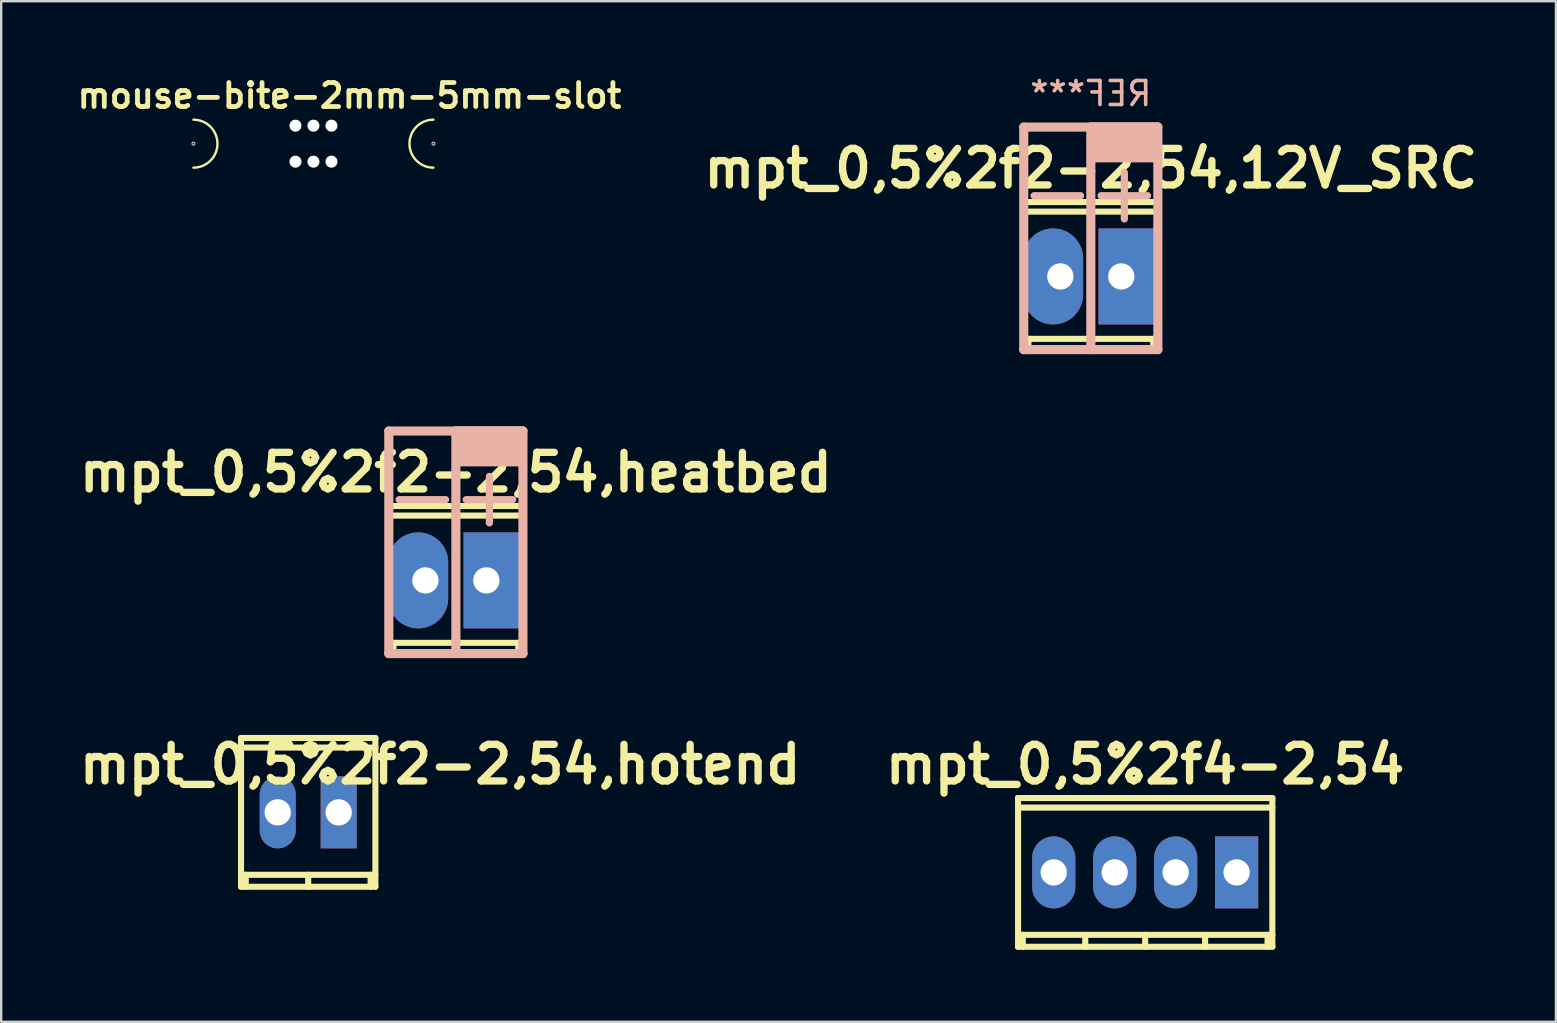
<source format=kicad_pcb>
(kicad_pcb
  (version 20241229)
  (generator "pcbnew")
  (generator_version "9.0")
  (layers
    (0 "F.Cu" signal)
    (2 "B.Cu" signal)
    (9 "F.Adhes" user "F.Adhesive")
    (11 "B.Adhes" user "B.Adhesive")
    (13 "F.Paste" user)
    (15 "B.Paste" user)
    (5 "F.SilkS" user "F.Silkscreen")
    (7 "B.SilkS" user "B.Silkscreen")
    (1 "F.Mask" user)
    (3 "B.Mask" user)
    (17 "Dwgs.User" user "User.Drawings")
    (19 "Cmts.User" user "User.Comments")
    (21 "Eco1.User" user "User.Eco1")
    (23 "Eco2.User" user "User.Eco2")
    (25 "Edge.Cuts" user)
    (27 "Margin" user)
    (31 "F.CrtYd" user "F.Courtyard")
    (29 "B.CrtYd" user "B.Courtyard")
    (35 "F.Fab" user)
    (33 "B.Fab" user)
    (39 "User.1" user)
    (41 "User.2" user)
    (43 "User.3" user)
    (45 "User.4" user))
  (footprint "mouse-bite-2mm-5mm-slot"
    (layer "F.Cu")
    (at 10.01 2.936)
    (property "Reference" "mouse-bite-2mm-5mm-slot" (at 1.5 -2 0) (layer "F.SilkS") (effects (font (size 1 1) (thickness 0.2))))
    (attr through_hole)
    (fp_arc (start -5 -1) (mid -4 0) (end -5 1) (stroke (width 0.1) (type solid)) (layer "F.SilkS"))
    (fp_arc (start 5 1) (mid 4 0) (end 5 -1) (stroke (width 0.1) (type solid)) (layer "F.SilkS"))
    (fp_circle (center -5 0) (end -5 -0.06) (stroke (width 0.05) (type solid)) (fill no) (layer "Dwgs.User"))
    (fp_circle (center 5 0) (end 5.06 0) (stroke (width 0.05) (type solid)) (fill no) (layer "Dwgs.User"))
    (fp_line (start -5 0) (end -5 0) (stroke (width 2) (type solid)) (layer "Eco1.User"))
    (fp_line (start 5 0) (end 5 0) (stroke (width 2) (type solid)) (layer "Eco1.User"))
    (pad "" np_thru_hole circle (at -0.75 -0.75) (size 0.5 0.5) (drill 0.5) (layers "*.Cu" "*.Mask"))
    (pad "" np_thru_hole circle (at -0.75 0.75) (size 0.5 0.5) (drill 0.5) (layers "*.Cu" "*.Mask"))
    (pad "" np_thru_hole circle (at 0 -0.75) (size 0.5 0.5) (drill 0.5) (layers "*.Cu" "*.Mask"))
    (pad "" np_thru_hole circle (at 0 0.75) (size 0.5 0.5) (drill 0.5) (layers "*.Cu" "*.Mask"))
    (pad "" np_thru_hole circle (at 0.75 -0.75) (size 0.5 0.5) (drill 0.5) (layers "*.Cu" "*.Mask"))
    (pad "" np_thru_hole circle (at 0.75 0.75) (size 0.5 0.5) (drill 0.5) (layers "*.Cu" "*.Mask")))
  (footprint "mpt_0,5%2f2-2,54,12V_SRC"
    (layer "F.Cu")
    (at 42.398 8.468)
    (property "Reference" "mpt_0,5%2f2-2,54,12V_SRC" (at 0 -4.501 0) (layer "F.SilkS") (effects (font (size 1.524 1.524) (thickness 0.305))))
    (attr through_hole)
    (fp_line (start -2.799 -3.099) (end -2.799 3.099) (stroke (width 0.254) (type solid)) (layer "F.SilkS"))
    (fp_line (start -2.799 -2.7) (end 2.799 -2.7) (stroke (width 0.254) (type solid)) (layer "F.SilkS"))
    (fp_line (start -2.799 3.099) (end 2.799 3.099) (stroke (width 0.254) (type solid)) (layer "F.SilkS"))
    (fp_line (start -2.601 3.099) (end -2.601 2.601) (stroke (width 0.254) (type solid)) (layer "F.SilkS"))
    (fp_line (start 0 3.099) (end 0 2.601) (stroke (width 0.254) (type solid)) (layer "F.SilkS"))
    (fp_line (start 2.601 2.601) (end 2.601 3.099) (stroke (width 0.254) (type solid)) (layer "F.SilkS"))
    (fp_line (start 2.799 -3.099) (end -2.799 -3.099) (stroke (width 0.254) (type solid)) (layer "F.SilkS"))
    (fp_line (start 2.799 2.601) (end -2.799 2.601) (stroke (width 0.254) (type solid)) (layer "F.SilkS"))
    (fp_line (start 2.799 3.099) (end 2.799 -3.099) (stroke (width 0.254) (type solid)) (layer "F.SilkS"))
    (fp_line (start -2.794 -6.223) (end -2.794 3.048) (stroke (width 0.381) (type solid)) (layer "B.SilkS"))
    (fp_line (start -2.794 3.048) (end 2.794 3.048) (stroke (width 0.381) (type solid)) (layer "B.SilkS"))
    (fp_line (start 0 -6.223) (end 0 3.048) (stroke (width 0.381) (type solid)) (layer "B.SilkS"))
    (fp_line (start 2.794 -6.223) (end -2.794 -6.223) (stroke (width 0.381) (type solid)) (layer "B.SilkS"))
    (fp_line (start 2.794 3.048) (end 2.794 -6.223) (stroke (width 0.381) (type solid)) (layer "B.SilkS"))
    (fp_poly (pts (xy 0 -6.35) (xy 0 -4.826) (xy 2.794 -4.826) (xy 2.794 -6.35)) (stroke (width 0.15) (type solid)) (fill yes) (layer "B.SilkS"))
    (fp_text user "+" (at 1.397 -3.556 0) (layer "B.SilkS") (effects (font (size 2.54 2.54) (thickness 0.3)) (justify mirror)))
    (fp_text user "REF***" (at 0 -7.62 0) (layer "B.SilkS") (effects (font (size 1 1) (thickness 0.15)) (justify mirror)))
    (fp_text user "-" (at -1.397 -3.556 0) (layer "B.SilkS") (effects (font (size 2.54 2.54) (thickness 0.3)) (justify mirror)))
    (pad "1" thru_hole rect (at 1.27 0) (size 2.5 3.999) (drill 1.097 (offset 0.3 0)) (layers "*.Cu" "*.Mask"))
    (pad "2" thru_hole oval (at -1.27 0) (size 2.5 3.999) (drill 1.097 (offset -0.3 0)) (layers "*.Cu" "*.Mask")))
  (footprint "mpt_0,5%2f2-2,54,heatbed"
    (layer "F.Cu")
    (at 15.944 21.132)
    (property "Reference" "mpt_0,5%2f2-2,54,heatbed" (at 0 -4.501 0) (layer "F.SilkS") (effects (font (size 1.524 1.524) (thickness 0.305))))
    (attr through_hole)
    (fp_line (start -2.799 -3.099) (end -2.799 3.099) (stroke (width 0.254) (type solid)) (layer "F.SilkS"))
    (fp_line (start -2.799 -2.7) (end 2.799 -2.7) (stroke (width 0.254) (type solid)) (layer "F.SilkS"))
    (fp_line (start -2.799 3.099) (end 2.799 3.099) (stroke (width 0.254) (type solid)) (layer "F.SilkS"))
    (fp_line (start -2.601 3.099) (end -2.601 2.601) (stroke (width 0.254) (type solid)) (layer "F.SilkS"))
    (fp_line (start 0 3.099) (end 0 2.601) (stroke (width 0.254) (type solid)) (layer "F.SilkS"))
    (fp_line (start 2.601 2.601) (end 2.601 3.099) (stroke (width 0.254) (type solid)) (layer "F.SilkS"))
    (fp_line (start 2.799 -3.099) (end -2.799 -3.099) (stroke (width 0.254) (type solid)) (layer "F.SilkS"))
    (fp_line (start 2.799 2.601) (end -2.799 2.601) (stroke (width 0.254) (type solid)) (layer "F.SilkS"))
    (fp_line (start 2.799 3.099) (end 2.799 -3.099) (stroke (width 0.254) (type solid)) (layer "F.SilkS"))
    (fp_line (start -2.794 -6.223) (end -2.794 3.048) (stroke (width 0.381) (type solid)) (layer "B.SilkS"))
    (fp_line (start -2.794 3.048) (end 2.794 3.048) (stroke (width 0.381) (type solid)) (layer "B.SilkS"))
    (fp_line (start 0 -6.223) (end 0 3.048) (stroke (width 0.381) (type solid)) (layer "B.SilkS"))
    (fp_line (start 2.794 -6.223) (end -2.794 -6.223) (stroke (width 0.381) (type solid)) (layer "B.SilkS"))
    (fp_line (start 2.794 3.048) (end 2.794 -6.223) (stroke (width 0.381) (type solid)) (layer "B.SilkS"))
    (fp_poly (pts (xy 0 -6.35) (xy 0 -4.826) (xy 2.794 -4.826) (xy 2.794 -6.35)) (stroke (width 0.15) (type solid)) (fill yes) (layer "B.SilkS"))
    (fp_text user "+" (at 1.397 -3.556 0) (layer "B.SilkS") (effects (font (size 2.54 2.54) (thickness 0.3)) (justify mirror)))
    (fp_text user "-" (at -1.397 -3.556 0) (layer "B.SilkS") (effects (font (size 2.54 2.54) (thickness 0.3)) (justify mirror)))
    (pad "1" thru_hole rect (at 1.27 0) (size 2.5 3.999) (drill 1.097 (offset 0.3 0)) (layers "*.Cu" "*.Mask"))
    (pad "2" thru_hole oval (at -1.27 0) (size 2.5 3.999) (drill 1.097 (offset -0.3 0)) (layers "*.Cu" "*.Mask")))
  (footprint "mpt_0,5%2f2-2,54,hotend"
    (layer "F.Cu")
    (at 9.791 30.797)
    (property "Reference" "mpt_0,5%2f2-2,54,hotend" (at 5.5 -2 0) (layer "F.SilkS") (effects (font (size 1.524 1.524) (thickness 0.305))))
    (attr through_hole)
    (fp_line (start -2.799 -3.099) (end -2.799 3.099) (stroke (width 0.254) (type solid)) (layer "F.SilkS"))
    (fp_line (start -2.799 -2.7) (end 2.799 -2.7) (stroke (width 0.254) (type solid)) (layer "F.SilkS"))
    (fp_line (start -2.799 3.099) (end 2.799 3.099) (stroke (width 0.254) (type solid)) (layer "F.SilkS"))
    (fp_line (start -2.601 3.099) (end -2.601 2.601) (stroke (width 0.254) (type solid)) (layer "F.SilkS"))
    (fp_line (start 0 3.099) (end 0 2.601) (stroke (width 0.254) (type solid)) (layer "F.SilkS"))
    (fp_line (start 2.601 2.601) (end 2.601 3.099) (stroke (width 0.254) (type solid)) (layer "F.SilkS"))
    (fp_line (start 2.799 -3.099) (end -2.799 -3.099) (stroke (width 0.254) (type solid)) (layer "F.SilkS"))
    (fp_line (start 2.799 2.601) (end -2.799 2.601) (stroke (width 0.254) (type solid)) (layer "F.SilkS"))
    (fp_line (start 2.799 3.099) (end 2.799 -3.099) (stroke (width 0.254) (type solid)) (layer "F.SilkS"))
    (pad "1" thru_hole rect (at 1.27 0) (size 1.5 3) (drill 1.097) (layers "*.Cu" "*.Mask"))
    (pad "2" thru_hole oval (at -1.27 0) (size 1.5 3) (drill 1.097) (layers "*.Cu" "*.Mask")))
  (footprint "mpt_0,5%2f4-2,54"
    (layer "F.Cu")
    (at 44.663 33.298)
    (property "Reference" "mpt_0,5%2f4-2,54" (at 0 -4.501 0) (layer "F.SilkS") (effects (font (size 1.524 1.524) (thickness 0.305))))
    (attr through_hole)
    (fp_line (start -5.301 -2.7) (end 5.301 -2.7) (stroke (width 0.254) (type solid)) (layer "F.SilkS"))
    (fp_line (start -5.301 2.601) (end 5.301 2.601) (stroke (width 0.254) (type solid)) (layer "F.SilkS"))
    (fp_line (start -5.296 -3.099) (end -5.296 3.099) (stroke (width 0.254) (type solid)) (layer "F.SilkS"))
    (fp_line (start -5.098 3.099) (end -5.098 2.601) (stroke (width 0.254) (type solid)) (layer "F.SilkS"))
    (fp_line (start -2.497 3.099) (end -2.497 2.601) (stroke (width 0.254) (type solid)) (layer "F.SilkS"))
    (fp_line (start 0 2.601) (end 0 3.099) (stroke (width 0.254) (type solid)) (layer "F.SilkS"))
    (fp_line (start 2.497 2.601) (end 2.497 3.099) (stroke (width 0.254) (type solid)) (layer "F.SilkS"))
    (fp_line (start 5.1 2.601) (end 5.1 3.099) (stroke (width 0.254) (type solid)) (layer "F.SilkS"))
    (fp_line (start 5.298 3.099) (end 5.298 -3.099) (stroke (width 0.254) (type solid)) (layer "F.SilkS"))
    (fp_line (start 5.301 -3.099) (end -5.301 -3.099) (stroke (width 0.254) (type solid)) (layer "F.SilkS"))
    (fp_line (start 5.301 3.099) (end -5.301 3.099) (stroke (width 0.254) (type solid)) (layer "F.SilkS"))
    (pad "1" thru_hole rect (at 3.81 0) (size 1.8 3) (drill 1.097) (layers "*.Cu" "*.Mask"))
    (pad "2" thru_hole oval (at 1.27 0) (size 1.8 3) (drill 1.097) (layers "*.Cu" "*.Mask"))
    (pad "3" thru_hole oval (at -1.27 0) (size 1.8 3) (drill 1.097) (layers "*.Cu" "*.Mask"))
    (pad "4" thru_hole oval (at -3.81 0) (size 1.8 3) (drill 1.097) (layers "*.Cu" "*.Mask")))
  (gr_rect
    (start -3 -3)
    (end 61.778 39.523)
    (stroke (width 0.1) (type default))
    (fill no)
    (layer "Edge.Cuts")))
</source>
